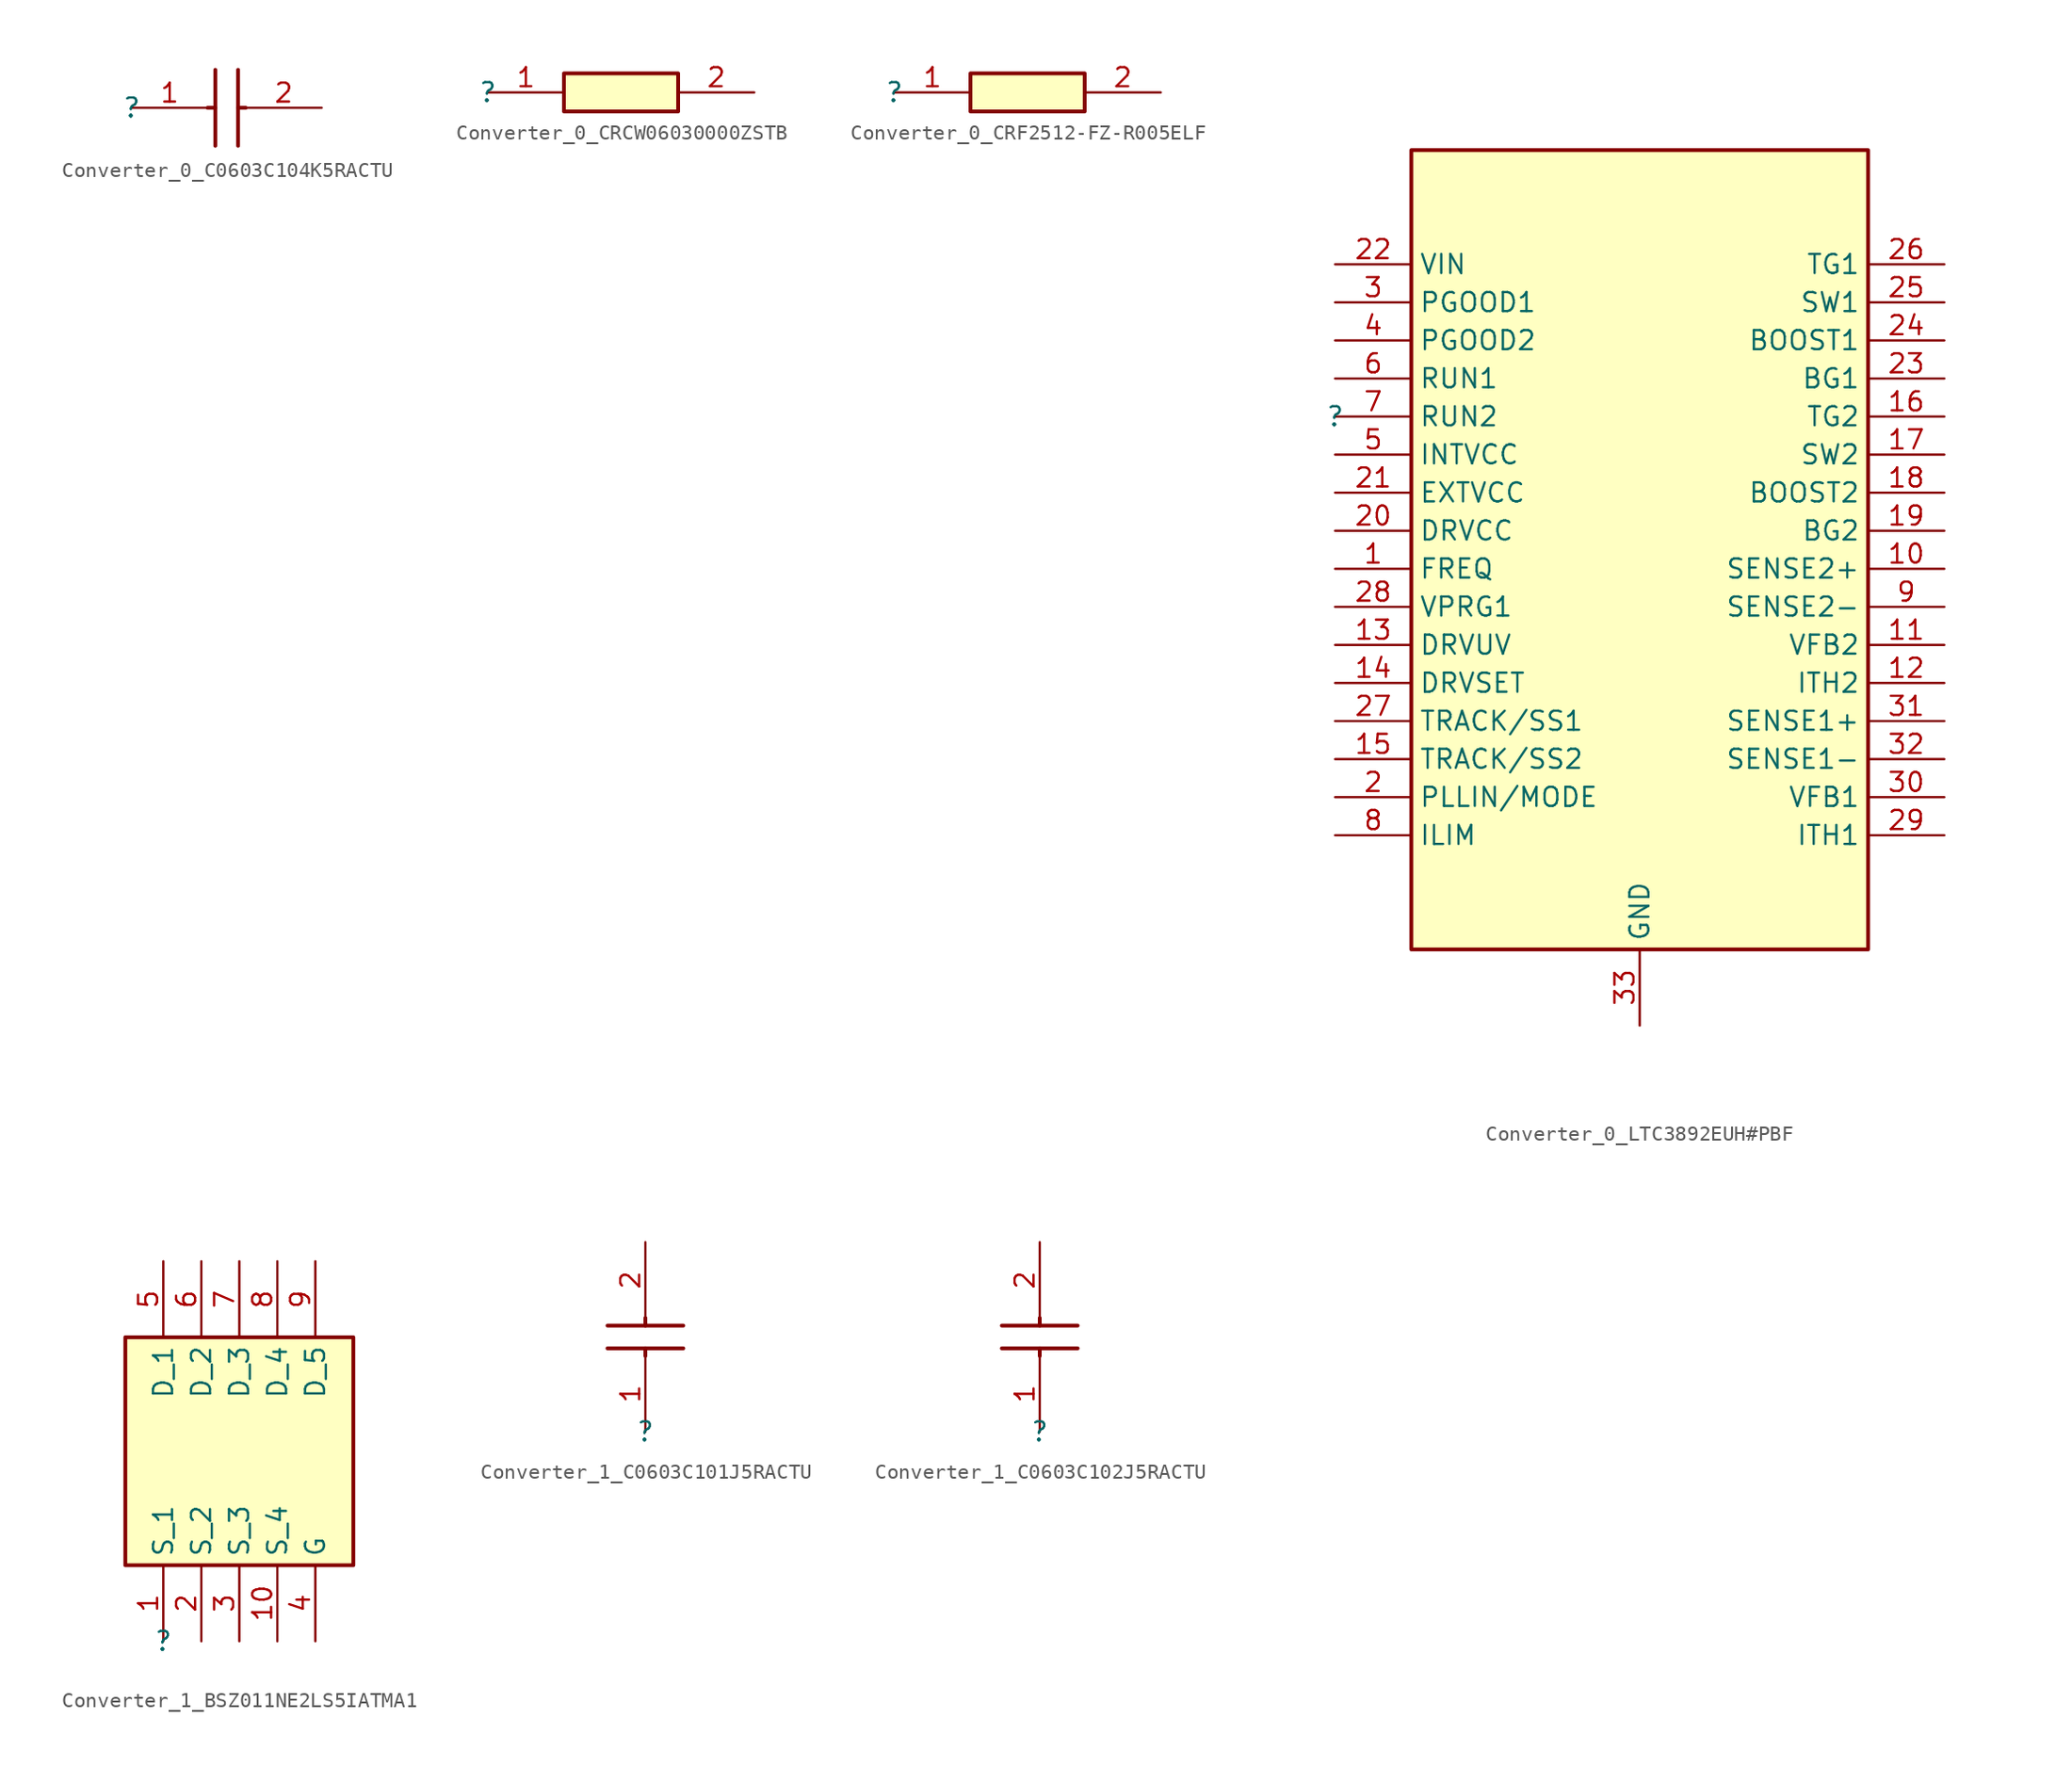
<source format=kicad_sym>
(kicad_symbol_lib
  (version 20220914)
  (generator kicad_symbol_editor)
  (symbol "Converter_0_C0603C104K5RACTU"
    (property "Reference" ""
      (at 0 0 0)
      (effects (font (size 1.27 1.27))))
    (property "Value" ""
      (at 0 0 0)
      (effects (font (size 1.27 1.27))))
    (symbol "Converter_0_C0603C104K5RACTU_1_0"
      (polyline (pts (xy 5.08 0) (xy 5.588 0)) (stroke (width 0.254) (type solid)) (fill (type none)))
      (polyline (pts (xy 5.588 2.54) (xy 5.588 -2.54)) (stroke (width 0.254) (type solid)) (fill (type none)))
      (polyline (pts (xy 7.112 0) (xy 7.62 0)) (stroke (width 0.254) (type solid)) (fill (type none)))
      (polyline (pts (xy 7.112 2.54) (xy 7.112 -2.54)) (stroke (width 0.254) (type solid)) (fill (type none)))
      (pin passive line (at 0 0 0) (length 5.08) (name "1" (effects (font (size 0 0)))) (number "1" (effects (font (size 1.27 1.27)))))
      (pin passive line (at 12.7 0 180) (length 5.08) (name "2" (effects (font (size 0 0)))) (number "2" (effects (font (size 1.27 1.27)))))))
  (symbol "Converter_0_CRCW06030000ZSTB"
    (property "Reference" ""
      (at 0 0 0)
      (effects (font (size 1.27 1.27))))
    (property "Value" ""
      (at 0 0 0)
      (effects (font (size 1.27 1.27))))
    (symbol "Converter_0_CRCW06030000ZSTB_1_0"
      (rectangle (start 12.7 1.27) (end 5.08 -1.27) (stroke (width 0.254) (type solid)) (fill (type background)))
      (pin passive line (at 0 0 0) (length 5.08) (name "1" (effects (font (size 0 0)))) (number "1" (effects (font (size 1.27 1.27)))))
      (pin passive line (at 17.78 0 180) (length 5.08) (name "2" (effects (font (size 0 0)))) (number "2" (effects (font (size 1.27 1.27)))))))
  (symbol "Converter_0_CRF2512-FZ-R005ELF"
    (property "Reference" ""
      (at 0 0 0)
      (effects (font (size 1.27 1.27))))
    (property "Value" ""
      (at 0 0 0)
      (effects (font (size 1.27 1.27))))
    (symbol "Converter_0_CRF2512-FZ-R005ELF_1_0"
      (rectangle (start 12.7 1.27) (end 5.08 -1.27) (stroke (width 0.254) (type solid)) (fill (type background)))
      (pin passive line (at 0 0 0) (length 5.08) (name "1" (effects (font (size 0 0)))) (number "1" (effects (font (size 1.27 1.27)))))
      (pin passive line (at 17.78 0 180) (length 5.08) (name "2" (effects (font (size 0 0)))) (number "2" (effects (font (size 1.27 1.27)))))))
  (symbol "Converter_0_LTC3892EUH#PBF"
    (property "Reference" ""
      (at 0 0 0)
      (effects (font (size 1.27 1.27))))
    (property "Value" ""
      (at 0 0 0)
      (effects (font (size 1.27 1.27))))
    (symbol "Converter_0_LTC3892EUH#PBF_1_0"
      (rectangle (start 35.56 17.78) (end 5.08 -35.56) (stroke (width 0.254) (type solid)) (fill (type background)))
      (pin passive line (at 0 -10.16 0) (length 5.08) (name "FREQ" (effects (font (size 1.27 1.27)))) (number "1" (effects (font (size 1.27 1.27)))))
      (pin passive line (at 40.64 -10.16 180) (length 5.08) (name "SENSE2+" (effects (font (size 1.27 1.27)))) (number "10" (effects (font (size 1.27 1.27)))))
      (pin passive line (at 40.64 -15.24 180) (length 5.08) (name "VFB2" (effects (font (size 1.27 1.27)))) (number "11" (effects (font (size 1.27 1.27)))))
      (pin passive line (at 40.64 -17.78 180) (length 5.08) (name "ITH2" (effects (font (size 1.27 1.27)))) (number "12" (effects (font (size 1.27 1.27)))))
      (pin passive line (at 0 -15.24 0) (length 5.08) (name "DRVUV" (effects (font (size 1.27 1.27)))) (number "13" (effects (font (size 1.27 1.27)))))
      (pin passive line (at 0 -17.78 0) (length 5.08) (name "DRVSET" (effects (font (size 1.27 1.27)))) (number "14" (effects (font (size 1.27 1.27)))))
      (pin passive line (at 0 -22.86 0) (length 5.08) (name "TRACK/SS2" (effects (font (size 1.27 1.27)))) (number "15" (effects (font (size 1.27 1.27)))))
      (pin passive line (at 40.64 0 180) (length 5.08) (name "TG2" (effects (font (size 1.27 1.27)))) (number "16" (effects (font (size 1.27 1.27)))))
      (pin passive line (at 40.64 -2.54 180) (length 5.08) (name "SW2" (effects (font (size 1.27 1.27)))) (number "17" (effects (font (size 1.27 1.27)))))
      (pin passive line (at 40.64 -5.08 180) (length 5.08) (name "BOOST2" (effects (font (size 1.27 1.27)))) (number "18" (effects (font (size 1.27 1.27)))))
      (pin passive line (at 40.64 -7.62 180) (length 5.08) (name "BG2" (effects (font (size 1.27 1.27)))) (number "19" (effects (font (size 1.27 1.27)))))
      (pin passive line (at 0 -25.4 0) (length 5.08) (name "PLLIN/MODE" (effects (font (size 1.27 1.27)))) (number "2" (effects (font (size 1.27 1.27)))))
      (pin passive line (at 0 -7.62 0) (length 5.08) (name "DRVCC" (effects (font (size 1.27 1.27)))) (number "20" (effects (font (size 1.27 1.27)))))
      (pin passive line (at 0 -5.08 0) (length 5.08) (name "EXTVCC" (effects (font (size 1.27 1.27)))) (number "21" (effects (font (size 1.27 1.27)))))
      (pin passive line (at 0 10.16 0) (length 5.08) (name "VIN" (effects (font (size 1.27 1.27)))) (number "22" (effects (font (size 1.27 1.27)))))
      (pin passive line (at 40.64 2.54 180) (length 5.08) (name "BG1" (effects (font (size 1.27 1.27)))) (number "23" (effects (font (size 1.27 1.27)))))
      (pin passive line (at 40.64 5.08 180) (length 5.08) (name "BOOST1" (effects (font (size 1.27 1.27)))) (number "24" (effects (font (size 1.27 1.27)))))
      (pin passive line (at 40.64 7.62 180) (length 5.08) (name "SW1" (effects (font (size 1.27 1.27)))) (number "25" (effects (font (size 1.27 1.27)))))
      (pin passive line (at 40.64 10.16 180) (length 5.08) (name "TG1" (effects (font (size 1.27 1.27)))) (number "26" (effects (font (size 1.27 1.27)))))
      (pin passive line (at 0 -20.32 0) (length 5.08) (name "TRACK/SS1" (effects (font (size 1.27 1.27)))) (number "27" (effects (font (size 1.27 1.27)))))
      (pin passive line (at 0 -12.7 0) (length 5.08) (name "VPRG1" (effects (font (size 1.27 1.27)))) (number "28" (effects (font (size 1.27 1.27)))))
      (pin passive line (at 40.64 -27.94 180) (length 5.08) (name "ITH1" (effects (font (size 1.27 1.27)))) (number "29" (effects (font (size 1.27 1.27)))))
      (pin passive line (at 0 7.62 0) (length 5.08) (name "PGOOD1" (effects (font (size 1.27 1.27)))) (number "3" (effects (font (size 1.27 1.27)))))
      (pin passive line (at 40.64 -25.4 180) (length 5.08) (name "VFB1" (effects (font (size 1.27 1.27)))) (number "30" (effects (font (size 1.27 1.27)))))
      (pin passive line (at 40.64 -20.32 180) (length 5.08) (name "SENSE1+" (effects (font (size 1.27 1.27)))) (number "31" (effects (font (size 1.27 1.27)))))
      (pin passive line (at 40.64 -22.86 180) (length 5.08) (name "SENSE1-" (effects (font (size 1.27 1.27)))) (number "32" (effects (font (size 1.27 1.27)))))
      (pin passive line (at 20.32 -40.64 90) (length 5.08) (name "GND" (effects (font (size 1.27 1.27)))) (number "33" (effects (font (size 1.27 1.27)))))
      (pin passive line (at 0 5.08 0) (length 5.08) (name "PGOOD2" (effects (font (size 1.27 1.27)))) (number "4" (effects (font (size 1.27 1.27)))))
      (pin passive line (at 0 -2.54 0) (length 5.08) (name "INTVCC" (effects (font (size 1.27 1.27)))) (number "5" (effects (font (size 1.27 1.27)))))
      (pin passive line (at 0 2.54 0) (length 5.08) (name "RUN1" (effects (font (size 1.27 1.27)))) (number "6" (effects (font (size 1.27 1.27)))))
      (pin passive line (at 0 0 0) (length 5.08) (name "RUN2" (effects (font (size 1.27 1.27)))) (number "7" (effects (font (size 1.27 1.27)))))
      (pin passive line (at 0 -27.94 0) (length 5.08) (name "ILIM" (effects (font (size 1.27 1.27)))) (number "8" (effects (font (size 1.27 1.27)))))
      (pin passive line (at 40.64 -12.7 180) (length 5.08) (name "SENSE2-" (effects (font (size 1.27 1.27)))) (number "9" (effects (font (size 1.27 1.27)))))))
  (symbol "Converter_1_BSZ011NE2LS5IATMA1"
    (property "Reference" ""
      (at 0 0 0)
      (effects (font (size 1.27 1.27))))
    (property "Value" ""
      (at 0 0 0)
      (effects (font (size 1.27 1.27))))
    (symbol "Converter_1_BSZ011NE2LS5IATMA1_1_0"
      (rectangle (start 12.7 20.32) (end -2.54 5.08) (stroke (width 0.254) (type solid)) (fill (type background)))
      (pin passive line (at 0 0 90) (length 5.08) (name "S_1" (effects (font (size 1.27 1.27)))) (number "1" (effects (font (size 1.27 1.27)))))
      (pin passive line (at 7.62 0 90) (length 5.08) (name "S_4" (effects (font (size 1.27 1.27)))) (number "10" (effects (font (size 1.27 1.27)))))
      (pin passive line (at 2.54 0 90) (length 5.08) (name "S_2" (effects (font (size 1.27 1.27)))) (number "2" (effects (font (size 1.27 1.27)))))
      (pin passive line (at 5.08 0 90) (length 5.08) (name "S_3" (effects (font (size 1.27 1.27)))) (number "3" (effects (font (size 1.27 1.27)))))
      (pin passive line (at 10.16 0 90) (length 5.08) (name "G" (effects (font (size 1.27 1.27)))) (number "4" (effects (font (size 1.27 1.27)))))
      (pin passive line (at 0 25.4 270) (length 5.08) (name "D_1" (effects (font (size 1.27 1.27)))) (number "5" (effects (font (size 1.27 1.27)))))
      (pin passive line (at 2.54 25.4 270) (length 5.08) (name "D_2" (effects (font (size 1.27 1.27)))) (number "6" (effects (font (size 1.27 1.27)))))
      (pin passive line (at 5.08 25.4 270) (length 5.08) (name "D_3" (effects (font (size 1.27 1.27)))) (number "7" (effects (font (size 1.27 1.27)))))
      (pin passive line (at 7.62 25.4 270) (length 5.08) (name "D_4" (effects (font (size 1.27 1.27)))) (number "8" (effects (font (size 1.27 1.27)))))
      (pin passive line (at 10.16 25.4 270) (length 5.08) (name "D_5" (effects (font (size 1.27 1.27)))) (number "9" (effects (font (size 1.27 1.27)))))))
  (symbol "Converter_1_C0603C101J5RACTU"
    (property "Reference" ""
      (at 0 0 0)
      (effects (font (size 1.27 1.27))))
    (property "Value" ""
      (at 0 0 0)
      (effects (font (size 1.27 1.27))))
    (symbol "Converter_1_C0603C101J5RACTU_1_0"
      (polyline (pts (xy -2.54 5.588) (xy 2.54 5.588)) (stroke (width 0.254) (type solid)) (fill (type none)))
      (polyline (pts (xy -2.54 7.112) (xy 2.54 7.112)) (stroke (width 0.254) (type solid)) (fill (type none)))
      (polyline (pts (xy 0 5.08) (xy 0 5.588)) (stroke (width 0.254) (type solid)) (fill (type none)))
      (polyline (pts (xy 0 7.112) (xy 0 7.62)) (stroke (width 0.254) (type solid)) (fill (type none)))
      (pin passive line (at 0 0 90) (length 5.08) (name "1" (effects (font (size 0 0)))) (number "1" (effects (font (size 1.27 1.27)))))
      (pin passive line (at 0 12.7 270) (length 5.08) (name "2" (effects (font (size 0 0)))) (number "2" (effects (font (size 1.27 1.27)))))))
  (symbol "Converter_1_C0603C102J5RACTU"
    (property "Reference" ""
      (at 0 0 0)
      (effects (font (size 1.27 1.27))))
    (property "Value" ""
      (at 0 0 0)
      (effects (font (size 1.27 1.27))))
    (symbol "Converter_1_C0603C102J5RACTU_1_0"
      (polyline (pts (xy -2.54 5.588) (xy 2.54 5.588)) (stroke (width 0.254) (type solid)) (fill (type none)))
      (polyline (pts (xy -2.54 7.112) (xy 2.54 7.112)) (stroke (width 0.254) (type solid)) (fill (type none)))
      (polyline (pts (xy 0 5.08) (xy 0 5.588)) (stroke (width 0.254) (type solid)) (fill (type none)))
      (polyline (pts (xy 0 7.112) (xy 0 7.62)) (stroke (width 0.254) (type solid)) (fill (type none)))
      (pin passive line (at 0 0 90) (length 5.08) (name "1" (effects (font (size 0 0)))) (number "1" (effects (font (size 1.27 1.27)))))
      (pin passive line (at 0 12.7 270) (length 5.08) (name "2" (effects (font (size 0 0)))) (number "2" (effects (font (size 1.27 1.27))))))))
</source>
